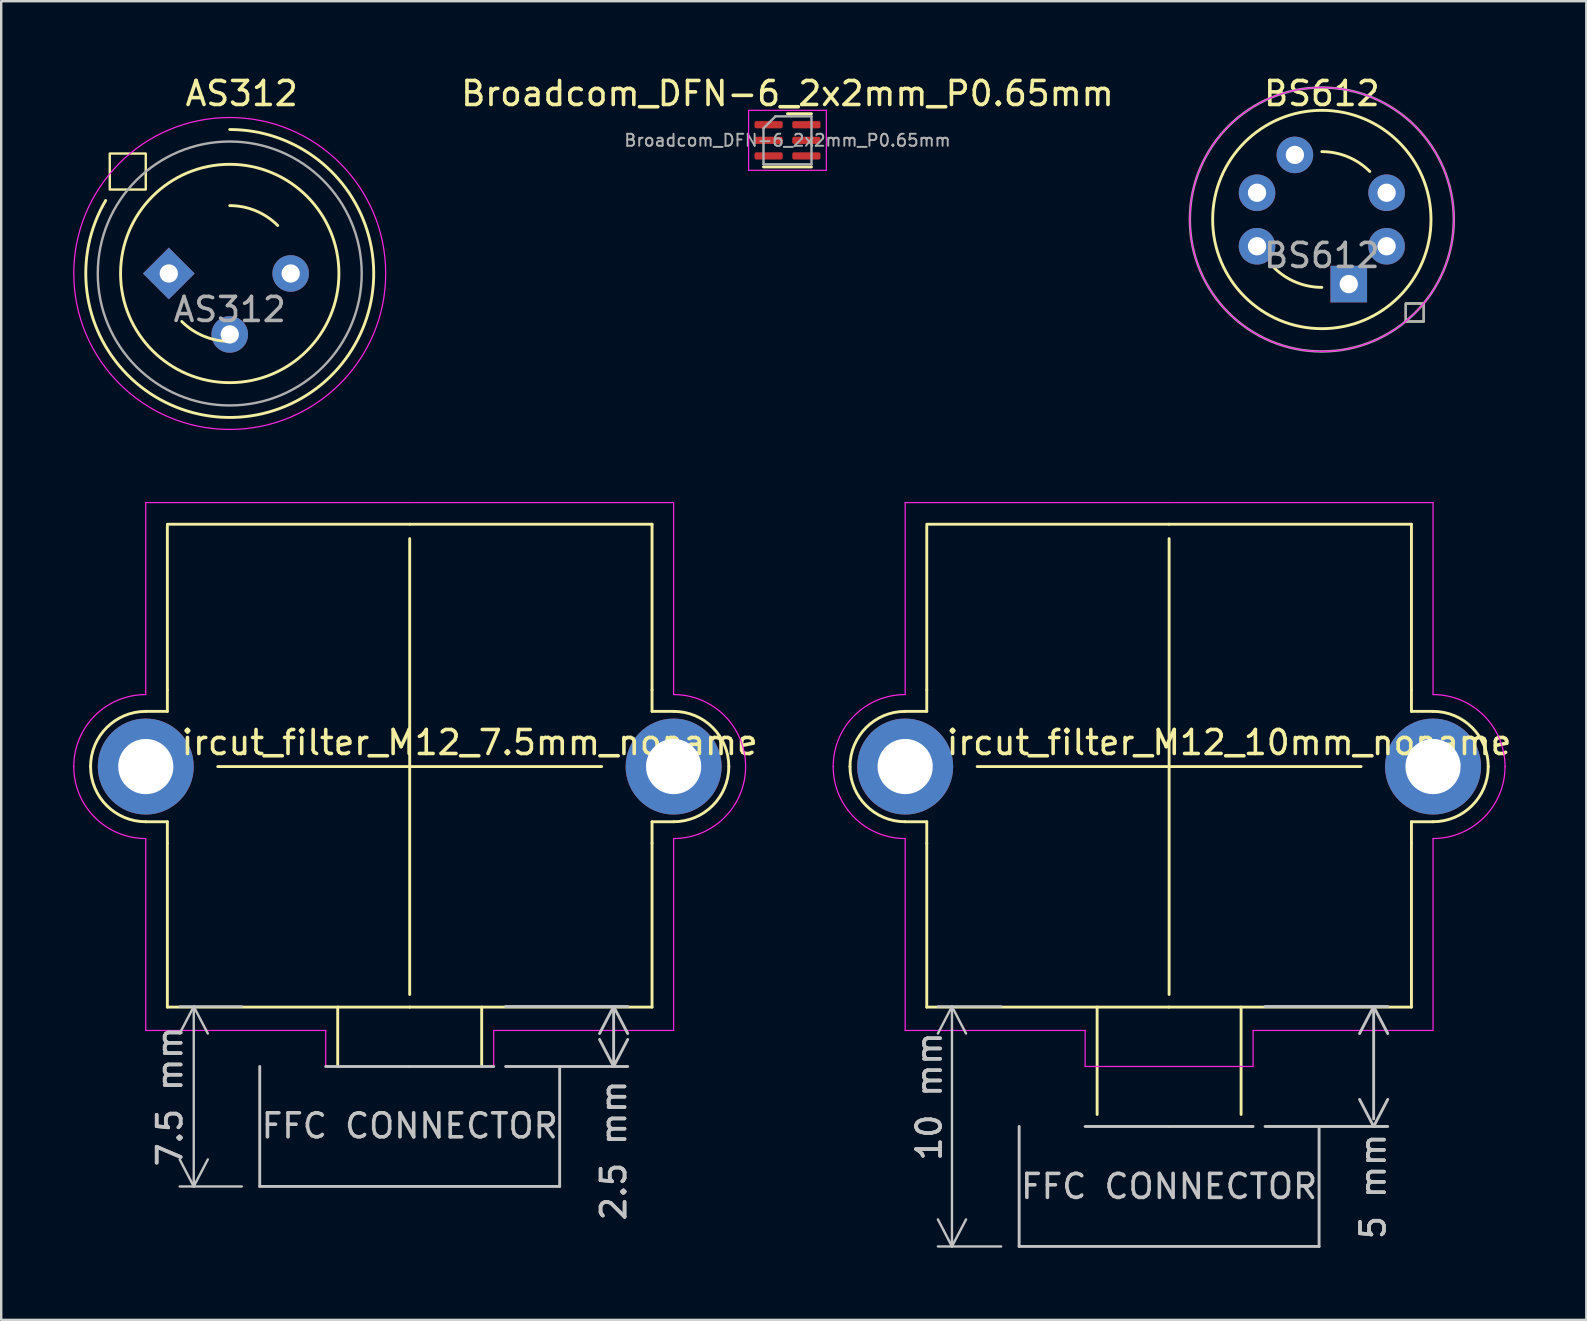
<source format=kicad_pcb>
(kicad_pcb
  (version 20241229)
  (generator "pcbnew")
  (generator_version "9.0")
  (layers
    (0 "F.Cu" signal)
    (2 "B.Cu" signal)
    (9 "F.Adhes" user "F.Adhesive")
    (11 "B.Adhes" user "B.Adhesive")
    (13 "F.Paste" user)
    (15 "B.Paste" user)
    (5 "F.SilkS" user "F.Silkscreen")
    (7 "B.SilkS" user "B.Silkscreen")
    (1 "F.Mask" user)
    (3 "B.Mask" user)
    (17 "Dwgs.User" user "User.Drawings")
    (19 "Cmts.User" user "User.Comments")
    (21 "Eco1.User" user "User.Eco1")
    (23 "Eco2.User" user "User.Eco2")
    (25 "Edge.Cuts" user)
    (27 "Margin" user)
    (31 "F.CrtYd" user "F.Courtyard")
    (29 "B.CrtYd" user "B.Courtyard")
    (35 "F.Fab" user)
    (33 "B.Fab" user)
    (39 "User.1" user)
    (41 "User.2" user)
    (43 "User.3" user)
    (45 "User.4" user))
  (footprint "ircut_filter_M12_10mm_noname"
    (layer "F.Cu")
    (at 45.675 28.898)
    (property "Reference" "ircut_filter_M12_10mm_noname" (at 2.5 -1 0) (unlocked yes) (layer "F.SilkS") (effects (font (size 1 1) (thickness 0.15))))
    (attr smd exclude_from_pos_files exclude_from_bom)
    (fp_line (start -10.1 -10.025) (end -10.1 -3.2) (stroke (width 0.12) (type solid)) (layer "F.SilkS"))
    (fp_line (start -10.1 -2.3) (end -11 -2.3) (stroke (width 0.12) (type solid)) (layer "F.SilkS"))
    (fp_line (start -10.1 -2.3) (end -10.1 -3.2) (stroke (width 0.12) (type solid)) (layer "F.SilkS"))
    (fp_line (start -10.1 2.3) (end -11 2.3) (stroke (width 0.12) (type solid)) (layer "F.SilkS"))
    (fp_line (start -10.1 3.2) (end -10.1 2.3) (stroke (width 0.12) (type solid)) (layer "F.SilkS"))
    (fp_line (start -10.1 10.025) (end -10.1 3.2) (stroke (width 0.12) (type solid)) (layer "F.SilkS"))
    (fp_line (start -8 0) (end 8 0) (stroke (width 0.12) (type solid)) (layer "F.SilkS"))
    (fp_line (start -3 10.025) (end -3 14.5) (stroke (width 0.12) (type solid)) (layer "F.SilkS"))
    (fp_line (start 0 -10.1) (end -10.1 -10.1) (stroke (width 0.12) (type solid)) (layer "F.SilkS"))
    (fp_line (start 0 -10.1) (end 10.1 -10.1) (stroke (width 0.12) (type solid)) (layer "F.SilkS"))
    (fp_line (start 0 -9.5) (end 0 9.5) (stroke (width 0.12) (type solid)) (layer "F.SilkS"))
    (fp_line (start 0 10.025) (end -10.1 10.025) (stroke (width 0.12) (type solid)) (layer "F.SilkS"))
    (fp_line (start 0 10.025) (end 10.1 10.025) (stroke (width 0.12) (type solid)) (layer "F.SilkS"))
    (fp_line (start 3 10.025) (end 3 14.5) (stroke (width 0.12) (type solid)) (layer "F.SilkS"))
    (fp_line (start 10.1 -10.1) (end 10.1 -3.2) (stroke (width 0.12) (type solid)) (layer "F.SilkS"))
    (fp_line (start 10.1 -2.3) (end 10.1 -3.2) (stroke (width 0.12) (type solid)) (layer "F.SilkS"))
    (fp_line (start 10.1 -2.3) (end 11 -2.3) (stroke (width 0.12) (type solid)) (layer "F.SilkS"))
    (fp_line (start 10.1 2.3) (end 10.1 3.2) (stroke (width 0.12) (type solid)) (layer "F.SilkS"))
    (fp_line (start 10.1 2.3) (end 11 2.3) (stroke (width 0.12) (type solid)) (layer "F.SilkS"))
    (fp_line (start 10.1 10.025) (end 10.1 3.2) (stroke (width 0.12) (type solid)) (layer "F.SilkS"))
    (fp_arc (start -13.3 0) (mid -12.626346 -1.626346) (end -11 -2.3) (stroke (width 0.12) (type solid)) (layer "F.SilkS"))
    (fp_arc (start -11 2.3) (mid -12.626346 1.626346) (end -13.3 0) (stroke (width 0.12) (type solid)) (layer "F.SilkS"))
    (fp_arc (start 11 -2.3) (mid 12.626346 -1.626346) (end 13.3 0) (stroke (width 0.12) (type solid)) (layer "F.SilkS"))
    (fp_arc (start 13.300001 -0.000001) (mid 12.626347 1.626345) (end 11.000001 2.299999) (stroke (width 0.12) (type solid)) (layer "F.SilkS"))
    (fp_line (start -6.25 15) (end -6.25 20) (stroke (width 0.12) (type solid)) (layer "Dwgs.User"))
    (fp_line (start 0 15) (end -3.5 15) (stroke (width 0.12) (type solid)) (layer "Dwgs.User"))
    (fp_line (start 0 15) (end 3.5 15) (stroke (width 0.12) (type solid)) (layer "Dwgs.User"))
    (fp_line (start 6.25 15) (end 6.25 20) (stroke (width 0.12) (type solid)) (layer "Dwgs.User"))
    (fp_line (start 6.25 20) (end -6.25 20) (stroke (width 0.12) (type solid)) (layer "Dwgs.User"))
    (fp_circle (center -11 0) (end -10.3 0) (stroke (width 0.12) (type solid)) (fill no) (layer "Dwgs.User"))
    (fp_circle (center 11 0) (end 11.7 0) (stroke (width 0.12) (type solid)) (fill no) (layer "Dwgs.User"))
    (fp_line (start -11 -11) (end -11 -3) (stroke (width 0.05) (type solid)) (layer "F.CrtYd"))
    (fp_line (start -11 3) (end -11 11) (stroke (width 0.05) (type solid)) (layer "F.CrtYd"))
    (fp_line (start -11 11) (end -3.5 11) (stroke (width 0.05) (type solid)) (layer "F.CrtYd"))
    (fp_line (start -3.5 12.5) (end -3.5 11) (stroke (width 0.05) (type solid)) (layer "F.CrtYd"))
    (fp_line (start 0 -11) (end -11 -11) (stroke (width 0.05) (type solid)) (layer "F.CrtYd"))
    (fp_line (start 0 -11) (end 11 -11) (stroke (width 0.05) (type solid)) (layer "F.CrtYd"))
    (fp_line (start 3.5 11) (end 3.5 12.5) (stroke (width 0.05) (type solid)) (layer "F.CrtYd"))
    (fp_line (start 3.5 11) (end 11 11) (stroke (width 0.05) (type solid)) (layer "F.CrtYd"))
    (fp_line (start 3.5 12.5) (end -3.5 12.5) (stroke (width 0.05) (type solid)) (layer "F.CrtYd"))
    (fp_line (start 11 -11) (end 11 -3) (stroke (width 0.05) (type solid)) (layer "F.CrtYd"))
    (fp_line (start 11 11) (end 11 3) (stroke (width 0.05) (type solid)) (layer "F.CrtYd"))
    (fp_arc (start -14 0) (mid -13.12132 -2.12132) (end -11 -3) (stroke (width 0.05) (type solid)) (layer "F.CrtYd"))
    (fp_arc (start -10.999999 3.000001) (mid -13.121319 2.121321) (end -13.999999 0.000001) (stroke (width 0.05) (type solid)) (layer "F.CrtYd"))
    (fp_arc (start 11 -3) (mid 13.12132 -2.12132) (end 14 0) (stroke (width 0.05) (type solid)) (layer "F.CrtYd"))
    (fp_arc (start 14 0) (mid 13.12132 2.12132) (end 11 3) (stroke (width 0.05) (type solid)) (layer "F.CrtYd"))
    (fp_text user "FFC CONNECTOR" (at 0 17.5 0) (unlocked yes) (layer "Dwgs.User") (effects (font (size 1 1) (thickness 0.15))))
    (dimension (type aligned) (layer "Dwgs.User") (pts (xy 49.175 38.898) (xy 49.175 43.898)) (height -5.025) (format (prefix "") (suffix "") (units 3) (units_format 1) (precision 2) (suppress_zeroes yes)) (style (thickness 0.12) (arrow_length 1.27) (text_position_mode 2) (arrow_direction outward) (extension_height 0.586) (extension_offset 0.5) (keep_text_aligned yes)) (gr_text "5 mm" (at 54.175 46.398 90) (layer "Dwgs.User") (effects (font (size 1 1) (thickness 0.15)))))
    (dimension (type aligned) (layer "Dwgs.User") (pts (xy 39.175 38.898) (xy 39.175 48.898)) (height 2.55) (format (prefix "") (suffix "") (units 3) (units_format 1) (precision 4) (suppress_zeroes yes)) (style (thickness 0.1) (arrow_length 1.27) (text_position_mode 2) (arrow_direction outward) (extension_height 0.586) (extension_offset 0.5) (keep_text_aligned yes)) (gr_text "10 mm" (at 35.675 42.648 90) (layer "Dwgs.User") (effects (font (size 1 1) (thickness 0.15)))))
    (pad "" np_thru_hole circle (at -11 0) (size 4 4) (drill 2.3) (layers "*.Cu" "*.Mask"))
    (pad "" np_thru_hole circle (at 11 0) (size 4 4) (drill 2.3) (layers "*.Cu" "*.Mask"))
    (zone (net_name "") (layer "F.Cu") (hatch edge 0.508) (connect_pads) (min_thickness 0.254) (filled_areas_thickness no) (keepout (tracks not_allowed) (vias allowed) (pads not_allowed) (copperpour allowed) (footprints allowed)) (placement (enabled no)) (fill) (polygon (pts (xy 49.175 43.923) (xy 42.175 43.923) (xy 42.175 38.398) (xy 49.175 38.398)))))
  (footprint "Broadcom_DFN-6_2x2mm_P0.65mm"
    (layer "F.Cu")
    (at 29.77 2.798)
    (property "Reference" "Broadcom_DFN-6_2x2mm_P0.65mm" (at 0 -1.95 0) (layer "F.SilkS") (effects (font (size 1 1) (thickness 0.15))))
    (attr smd)
    (fp_line (start -1 1.11) (end 1 1.11) (stroke (width 0.12) (type solid)) (layer "F.SilkS"))
    (fp_line (start 0 -1.11) (end 1 -1.11) (stroke (width 0.12) (type solid)) (layer "F.SilkS"))
    (fp_line (start -1.62 -1.25) (end -1.62 1.25) (stroke (width 0.05) (type solid)) (layer "F.CrtYd"))
    (fp_line (start -1.62 1.25) (end 1.62 1.25) (stroke (width 0.05) (type solid)) (layer "F.CrtYd"))
    (fp_line (start 1.62 -1.25) (end -1.62 -1.25) (stroke (width 0.05) (type solid)) (layer "F.CrtYd"))
    (fp_line (start 1.62 1.25) (end 1.62 -1.25) (stroke (width 0.05) (type solid)) (layer "F.CrtYd"))
    (fp_line (start -1 -0.5) (end -0.5 -1) (stroke (width 0.1) (type solid)) (layer "F.Fab"))
    (fp_line (start -1 1) (end -1 -0.5) (stroke (width 0.1) (type solid)) (layer "F.Fab"))
    (fp_line (start -0.5 -1) (end 1 -1) (stroke (width 0.1) (type solid)) (layer "F.Fab"))
    (fp_line (start 1 -1) (end 1 1) (stroke (width 0.1) (type solid)) (layer "F.Fab"))
    (fp_line (start 1 1) (end -1 1) (stroke (width 0.1) (type solid)) (layer "F.Fab"))
    (fp_text user "${REFERENCE}" (at 0 0 0) (layer "F.Fab") (effects (font (size 0.5 0.5) (thickness 0.08))))
    (pad "1" smd roundrect (at -0.787 -0.65) (size 1.175 0.3) (layers "F.Cu" "F.Mask" "F.Paste") (roundrect_rratio 0.25))
    (pad "2" smd roundrect (at -0.787 0) (size 1.175 0.3) (layers "F.Cu" "F.Mask" "F.Paste") (roundrect_rratio 0.25))
    (pad "3" smd roundrect (at -0.787 0.65) (size 1.175 0.3) (layers "F.Cu" "F.Mask" "F.Paste") (roundrect_rratio 0.25))
    (pad "4" smd roundrect (at 0.787 0.65) (size 1.175 0.3) (layers "F.Cu" "F.Mask" "F.Paste") (roundrect_rratio 0.25))
    (pad "5" smd roundrect (at 0.787 0) (size 1.175 0.3) (layers "F.Cu" "F.Mask" "F.Paste") (roundrect_rratio 0.25))
    (pad "6" smd roundrect (at 0.787 -0.65) (size 1.175 0.3) (layers "F.Cu" "F.Mask" "F.Paste") (roundrect_rratio 0.25)))
  (footprint "ircut_filter_M12_7.5mm_noname"
    (layer "F.Cu")
    (at 14.025 28.898)
    (property "Reference" "ircut_filter_M12_7.5mm_noname" (at 2.5 -1 0) (unlocked yes) (layer "F.SilkS") (effects (font (size 1 1) (thickness 0.15))))
    (attr smd exclude_from_pos_files exclude_from_bom)
    (fp_line (start -10.1 -10.025) (end -10.1 -3.2) (stroke (width 0.12) (type solid)) (layer "F.SilkS"))
    (fp_line (start -10.1 -2.3) (end -11 -2.3) (stroke (width 0.12) (type solid)) (layer "F.SilkS"))
    (fp_line (start -10.1 -2.3) (end -10.1 -3.2) (stroke (width 0.12) (type solid)) (layer "F.SilkS"))
    (fp_line (start -10.1 2.3) (end -11 2.3) (stroke (width 0.12) (type solid)) (layer "F.SilkS"))
    (fp_line (start -10.1 3.2) (end -10.1 2.3) (stroke (width 0.12) (type solid)) (layer "F.SilkS"))
    (fp_line (start -10.1 10.025) (end -10.1 3.2) (stroke (width 0.12) (type solid)) (layer "F.SilkS"))
    (fp_line (start -8 0) (end 8 0) (stroke (width 0.12) (type solid)) (layer "F.SilkS"))
    (fp_line (start -3 10.025) (end -3 12.5) (stroke (width 0.12) (type solid)) (layer "F.SilkS"))
    (fp_line (start 0 -10.1) (end -10.1 -10.1) (stroke (width 0.12) (type solid)) (layer "F.SilkS"))
    (fp_line (start 0 -10.1) (end 10.1 -10.1) (stroke (width 0.12) (type solid)) (layer "F.SilkS"))
    (fp_line (start 0 -9.5) (end 0 9.5) (stroke (width 0.12) (type solid)) (layer "F.SilkS"))
    (fp_line (start 0 10.025) (end -10.1 10.025) (stroke (width 0.12) (type solid)) (layer "F.SilkS"))
    (fp_line (start 0 10.025) (end 10.1 10.025) (stroke (width 0.12) (type solid)) (layer "F.SilkS"))
    (fp_line (start 3 10.025) (end 3 12.5) (stroke (width 0.12) (type solid)) (layer "F.SilkS"))
    (fp_line (start 10.1 -10.1) (end 10.1 -3.2) (stroke (width 0.12) (type solid)) (layer "F.SilkS"))
    (fp_line (start 10.1 -2.3) (end 10.1 -3.2) (stroke (width 0.12) (type solid)) (layer "F.SilkS"))
    (fp_line (start 10.1 -2.3) (end 11 -2.3) (stroke (width 0.12) (type solid)) (layer "F.SilkS"))
    (fp_line (start 10.1 2.3) (end 10.1 3.2) (stroke (width 0.12) (type solid)) (layer "F.SilkS"))
    (fp_line (start 10.1 2.3) (end 11 2.3) (stroke (width 0.12) (type solid)) (layer "F.SilkS"))
    (fp_line (start 10.1 10.025) (end 10.1 3.2) (stroke (width 0.12) (type solid)) (layer "F.SilkS"))
    (fp_arc (start -13.3 0) (mid -12.626346 -1.626346) (end -11 -2.3) (stroke (width 0.12) (type solid)) (layer "F.SilkS"))
    (fp_arc (start -11 2.3) (mid -12.626346 1.626346) (end -13.3 0) (stroke (width 0.12) (type solid)) (layer "F.SilkS"))
    (fp_arc (start 11 -2.3) (mid 12.626346 -1.626346) (end 13.3 0) (stroke (width 0.12) (type solid)) (layer "F.SilkS"))
    (fp_arc (start 13.300001 -0.000001) (mid 12.626347 1.626345) (end 11.000001 2.299999) (stroke (width 0.12) (type solid)) (layer "F.SilkS"))
    (fp_line (start -6.25 12.5) (end -6.25 17.5) (stroke (width 0.12) (type solid)) (layer "Dwgs.User"))
    (fp_line (start 0 12.5) (end -3.5 12.5) (stroke (width 0.12) (type solid)) (layer "Dwgs.User"))
    (fp_line (start 0 12.5) (end 3.5 12.5) (stroke (width 0.12) (type solid)) (layer "Dwgs.User"))
    (fp_line (start 6.25 12.5) (end 6.25 17.5) (stroke (width 0.12) (type solid)) (layer "Dwgs.User"))
    (fp_line (start 6.25 17.5) (end -6.25 17.5) (stroke (width 0.12) (type solid)) (layer "Dwgs.User"))
    (fp_circle (center -11 0) (end -10.3 0) (stroke (width 0.12) (type solid)) (fill no) (layer "Dwgs.User"))
    (fp_circle (center 11 0) (end 11.7 0) (stroke (width 0.12) (type solid)) (fill no) (layer "Dwgs.User"))
    (fp_line (start -11 -11) (end -11 -3) (stroke (width 0.05) (type solid)) (layer "F.CrtYd"))
    (fp_line (start -11 3) (end -11 11) (stroke (width 0.05) (type solid)) (layer "F.CrtYd"))
    (fp_line (start -11 11) (end -3.5 11) (stroke (width 0.05) (type solid)) (layer "F.CrtYd"))
    (fp_line (start -3.5 12.5) (end -3.5 11) (stroke (width 0.05) (type solid)) (layer "F.CrtYd"))
    (fp_line (start 0 -11) (end -11 -11) (stroke (width 0.05) (type solid)) (layer "F.CrtYd"))
    (fp_line (start 0 -11) (end 11 -11) (stroke (width 0.05) (type solid)) (layer "F.CrtYd"))
    (fp_line (start 3.5 11) (end 3.5 12.5) (stroke (width 0.05) (type solid)) (layer "F.CrtYd"))
    (fp_line (start 3.5 11) (end 11 11) (stroke (width 0.05) (type solid)) (layer "F.CrtYd"))
    (fp_line (start 3.5 12.5) (end -3.5 12.5) (stroke (width 0.05) (type solid)) (layer "F.CrtYd"))
    (fp_line (start 11 -11) (end 11 -3) (stroke (width 0.05) (type solid)) (layer "F.CrtYd"))
    (fp_line (start 11 11) (end 11 3) (stroke (width 0.05) (type solid)) (layer "F.CrtYd"))
    (fp_arc (start -14 0) (mid -13.12132 -2.12132) (end -11 -3) (stroke (width 0.05) (type solid)) (layer "F.CrtYd"))
    (fp_arc (start -10.999999 3.000001) (mid -13.121319 2.121321) (end -13.999999 0.000001) (stroke (width 0.05) (type solid)) (layer "F.CrtYd"))
    (fp_arc (start 11 -3) (mid 13.12132 -2.12132) (end 14 0) (stroke (width 0.05) (type solid)) (layer "F.CrtYd"))
    (fp_arc (start 14 0) (mid 13.12132 2.12132) (end 11 3) (stroke (width 0.05) (type solid)) (layer "F.CrtYd"))
    (fp_text user "FFC CONNECTOR" (at 0 14.975 0) (unlocked yes) (layer "Dwgs.User") (effects (font (size 1 1) (thickness 0.15))))
    (dimension (type aligned) (layer "Dwgs.User") (pts (xy 17.525 38.898) (xy 17.525 41.398)) (height -5) (format (prefix "") (suffix "") (units 3) (units_format 1) (precision 2) (suppress_zeroes yes)) (style (thickness 0.12) (arrow_length 1.27) (text_position_mode 2) (arrow_direction outward) (extension_height 0.586) (extension_offset 0.5) (keep_text_aligned yes)) (gr_text "2.5 mm" (at 22.525 44.898 90) (layer "Dwgs.User") (effects (font (size 1 1) (thickness 0.15)))))
    (dimension (type aligned) (layer "Dwgs.User") (pts (xy 7.525 38.898) (xy 7.525 46.398)) (height 2.5) (format (prefix "") (suffix "") (units 3) (units_format 1) (precision 4) (suppress_zeroes yes)) (style (thickness 0.1) (arrow_length 1.27) (text_position_mode 2) (arrow_direction outward) (extension_height 0.586) (extension_offset 0.5) (keep_text_aligned yes)) (gr_text "7.5 mm" (at 4.025 42.648 90) (layer "Dwgs.User") (effects (font (size 1 1) (thickness 0.15)))))
    (pad "" np_thru_hole circle (at -11 0) (size 4 4) (drill 2.3) (layers "*.Cu" "*.Mask"))
    (pad "" np_thru_hole circle (at 11 0) (size 4 4) (drill 2.3) (layers "*.Cu" "*.Mask"))
    (zone (net_name "") (layer "F.Cu") (hatch edge 0.508) (connect_pads) (min_thickness 0.254) (filled_areas_thickness no) (keepout (tracks not_allowed) (vias not_allowed) (pads not_allowed) (copperpour allowed) (footprints allowed)) (placement (enabled no)) (fill) (polygon (pts (xy 17.525 41.423) (xy 10.525 41.423) (xy 10.525 38.398) (xy 17.525 38.398)))))
  (footprint "BS612"
    (layer "F.Cu")
    (at 52.04 6.098)
    (property "Reference" "BS612" (at 0 -5.25 0) (unlocked yes) (layer "F.SilkS") (effects (font (size 1 1) (thickness 0.15))))
    (attr through_hole)
    (fp_rect (start 4.25 4.25) (end 3.5 3.5) (stroke (width 0.1) (type solid)) (fill no) (layer "F.SilkS"))
    (fp_arc (start 0 -2.828427) (mid 1.082392 -2.613126) (end 2 -2) (stroke (width 0.12) (type solid)) (layer "F.SilkS"))
    (fp_arc (start 0 2.828427) (mid -1.082392 2.613126) (end -2 2) (stroke (width 0.12) (type solid)) (layer "F.SilkS"))
    (fp_circle (center 0 0) (end 4.55 0) (stroke (width 0.12) (type solid)) (fill no) (layer "F.SilkS"))
    (fp_circle (center 0 0) (end 5.5 0) (stroke (width 0.05) (type solid)) (fill no) (layer "F.CrtYd"))
    (fp_rect (start 4.25 4.25) (end 3.5 3.5) (stroke (width 0.1) (type solid)) (fill no) (layer "F.Fab"))
    (fp_circle (center 0 0) (end 5.5 0) (stroke (width 0.1) (type solid)) (fill no) (layer "F.Fab"))
    (fp_text user "${REFERENCE}" (at 0 1.5 0) (unlocked yes) (layer "F.Fab") (effects (font (size 1 1) (thickness 0.15))))
    (pad "1" thru_hole rect (at 1.123 2.692) (size 1.524 1.524) (drill 0.762) (layers "*.Cu" "*.Mask"))
    (pad "2" thru_hole circle (at 2.7 1.115) (size 1.524 1.524) (drill 0.762) (layers "*.Cu" "*.Mask"))
    (pad "3" thru_hole circle (at 2.7 -1.115) (size 1.524 1.524) (drill 0.762) (layers "*.Cu" "*.Mask"))
    (pad "4" thru_hole circle (at -1.123 -2.692) (size 1.524 1.524) (drill 0.762) (layers "*.Cu" "*.Mask"))
    (pad "5" thru_hole circle (at -2.7 -1.115) (size 1.524 1.524) (drill 0.762) (layers "*.Cu" "*.Mask"))
    (pad "6" thru_hole circle (at -2.7 1.115) (size 1.524 1.524) (drill 0.762) (layers "*.Cu" "*.Mask")))
  (footprint "AS312"
    (layer "F.Cu")
    (at 6.525 8.348)
    (property "Reference" "AS312" (at 0.5 -7.5 0) (unlocked yes) (layer "F.SilkS") (effects (font (size 1 1) (thickness 0.15))))
    (attr through_hole)
    (fp_arc (start 0 -6) (mid 2.978865 5.208297) (end -5.171605 -3.04212) (stroke (width 0.12) (type solid)) (layer "F.SilkS"))
    (fp_arc (start 0 -2.828427) (mid 1.082392 -2.613126) (end 2 -2) (stroke (width 0.12) (type solid)) (layer "F.SilkS"))
    (fp_arc (start 0 2.828427) (mid -1.082392 2.613126) (end -2 2) (stroke (width 0.12) (type solid)) (layer "F.SilkS"))
    (fp_circle (center 0 0) (end -4.55 0) (stroke (width 0.12) (type solid)) (fill no) (layer "F.SilkS"))
    (fp_poly (pts (xy -5 -5) (xy -3.5 -5) (xy -3.5 -3.5) (xy -5 -3.5)) (stroke (width 0.1) (type solid)) (fill no) (layer "F.SilkS"))
    (fp_circle (center 0 0) (end 6.5 0) (stroke (width 0.05) (type solid)) (fill no) (layer "F.CrtYd"))
    (fp_circle (center 0 0) (end 5.5 0) (stroke (width 0.1) (type solid)) (fill no) (layer "F.Fab"))
    (fp_text user "${REFERENCE}" (at 0 1.5 0) (unlocked yes) (layer "F.Fab") (effects (font (size 1 1) (thickness 0.15))))
    (pad "1" thru_hole rect (at -2.54 0 45) (size 1.524 1.524) (drill 0.762) (layers "*.Cu" "*.Mask"))
    (pad "2" thru_hole circle (at 0 2.54 45) (size 1.524 1.524) (drill 0.762) (layers "*.Cu" "*.Mask"))
    (pad "3" thru_hole circle (at 2.54 0 45) (size 1.524 1.524) (drill 0.762) (layers "*.Cu" "*.Mask")))
  (gr_rect
    (start -3 -3)
    (end 63.062 51.958)
    (stroke (width 0.1) (type default))
    (fill no)
    (layer "Edge.Cuts")))
</source>
